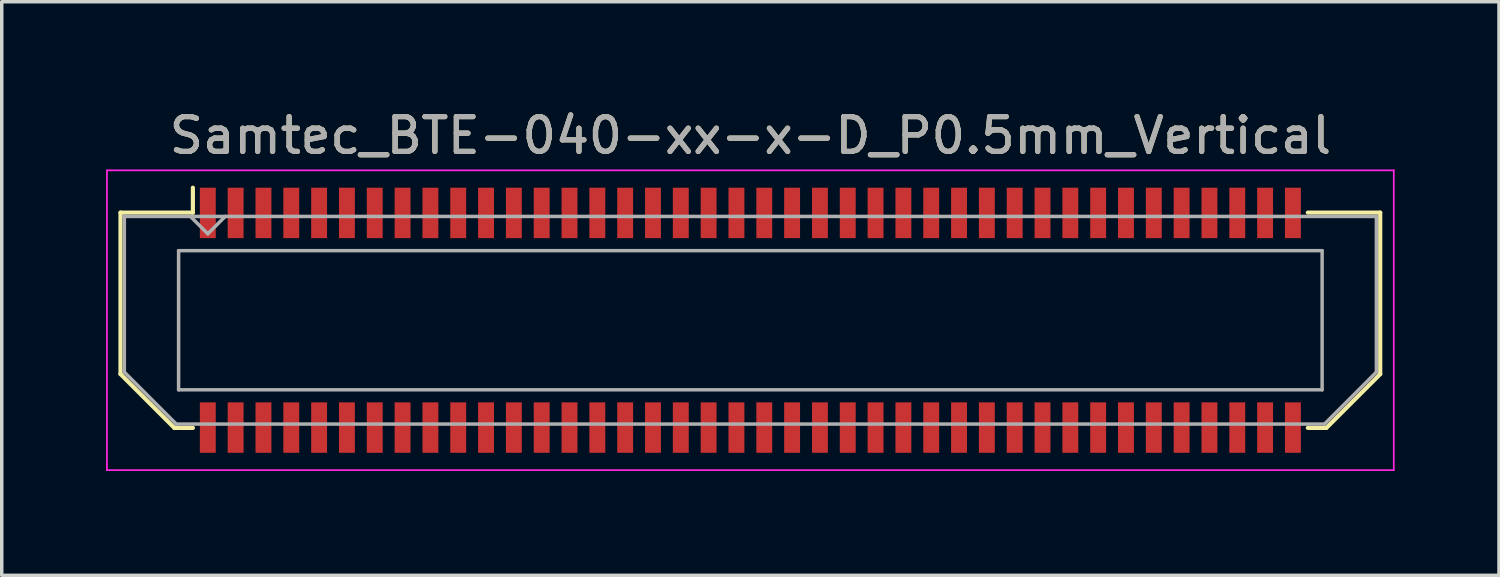
<source format=kicad_pcb>
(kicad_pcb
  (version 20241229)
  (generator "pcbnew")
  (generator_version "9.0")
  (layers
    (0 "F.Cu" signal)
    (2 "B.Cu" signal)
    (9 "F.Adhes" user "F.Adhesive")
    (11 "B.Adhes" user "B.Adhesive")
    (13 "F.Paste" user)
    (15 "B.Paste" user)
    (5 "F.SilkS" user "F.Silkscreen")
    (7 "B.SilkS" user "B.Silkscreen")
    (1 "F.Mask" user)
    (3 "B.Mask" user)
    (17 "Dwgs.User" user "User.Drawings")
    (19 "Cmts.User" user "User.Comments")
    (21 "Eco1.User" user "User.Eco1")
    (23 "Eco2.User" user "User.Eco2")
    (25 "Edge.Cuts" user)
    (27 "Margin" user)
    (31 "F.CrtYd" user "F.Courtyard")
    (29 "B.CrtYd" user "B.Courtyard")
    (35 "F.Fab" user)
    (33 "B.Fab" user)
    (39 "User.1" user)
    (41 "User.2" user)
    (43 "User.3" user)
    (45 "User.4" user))
  (footprint "Samtec_BTE-040-xx-x-D_P0.5mm_Vertical"
    (layer "F.Cu")
    (at 18.525 6.158)
    (property "Reference" "Samtec_BTE-040-xx-x-D_P0.5mm_Vertical" (at 0 -5.31 0) (layer "F.SilkS") (effects (font (size 1 1) (thickness 0.15))))
    (attr smd)
    (fp_line (start -18.11 -3.095) (end -18.11 1.548) (stroke (width 0.12) (type solid)) (layer "F.SilkS"))
    (fp_line (start -18.11 1.548) (end -16.562 3.095) (stroke (width 0.12) (type solid)) (layer "F.SilkS"))
    (fp_line (start -16.562 3.095) (end -16.029 3.095) (stroke (width 0.12) (type solid)) (layer "F.SilkS"))
    (fp_line (start -16.029 -3.811) (end -16.029 -3.095) (stroke (width 0.12) (type solid)) (layer "F.SilkS"))
    (fp_line (start -16.029 -3.095) (end -18.11 -3.095) (stroke (width 0.12) (type solid)) (layer "F.SilkS"))
    (fp_line (start 16.029 -3.095) (end 18.11 -3.095) (stroke (width 0.12) (type solid)) (layer "F.SilkS"))
    (fp_line (start 16.562 3.095) (end 16.029 3.095) (stroke (width 0.12) (type solid)) (layer "F.SilkS"))
    (fp_line (start 18.11 -3.095) (end 18.11 1.548) (stroke (width 0.12) (type solid)) (layer "F.SilkS"))
    (fp_line (start 18.11 1.548) (end 16.562 3.095) (stroke (width 0.12) (type solid)) (layer "F.SilkS"))
    (fp_line (start -18.5 -4.31) (end -18.5 4.31) (stroke (width 0.05) (type solid)) (layer "F.CrtYd"))
    (fp_line (start -18.5 4.31) (end 18.5 4.31) (stroke (width 0.05) (type solid)) (layer "F.CrtYd"))
    (fp_line (start 18.5 -4.31) (end -18.5 -4.31) (stroke (width 0.05) (type solid)) (layer "F.CrtYd"))
    (fp_line (start 18.5 4.31) (end 18.5 -4.31) (stroke (width 0.05) (type solid)) (layer "F.CrtYd"))
    (fp_line (start -18 -2.985) (end -18 1.492) (stroke (width 0.1) (type solid)) (layer "F.Fab"))
    (fp_line (start -18 -2.985) (end 18 -2.985) (stroke (width 0.1) (type solid)) (layer "F.Fab"))
    (fp_line (start -18 1.492) (end -16.508 2.985) (stroke (width 0.1) (type solid)) (layer "F.Fab"))
    (fp_line (start -16.508 2.985) (end 16.508 2.985) (stroke (width 0.1) (type solid)) (layer "F.Fab"))
    (fp_line (start -16.44 -2) (end -16.44 2) (stroke (width 0.1) (type solid)) (layer "F.Fab"))
    (fp_line (start -16.44 2) (end 16.44 2) (stroke (width 0.1) (type solid)) (layer "F.Fab"))
    (fp_line (start -15.6 -2.485) (end -16.1 -2.985) (stroke (width 0.1) (type solid)) (layer "F.Fab"))
    (fp_line (start -15.1 -2.985) (end -15.6 -2.485) (stroke (width 0.1) (type solid)) (layer "F.Fab"))
    (fp_line (start 16.44 -2) (end -16.44 -2) (stroke (width 0.1) (type solid)) (layer "F.Fab"))
    (fp_line (start 16.44 2) (end 16.44 -2) (stroke (width 0.1) (type solid)) (layer "F.Fab"))
    (fp_line (start 18 -2.985) (end 18 1.492) (stroke (width 0.1) (type solid)) (layer "F.Fab"))
    (fp_line (start 18 1.492) (end 16.508 2.985) (stroke (width 0.1) (type solid)) (layer "F.Fab"))
    (fp_text user "${REFERENCE}" (at 0 -5.31 0) (layer "F.Fab") (effects (font (size 1 1) (thickness 0.15))))
    (pad "1" smd rect (at -15.6 -3.086) (size 0.457 1.45) (layers "F.Cu" "F.Mask" "F.Paste"))
    (pad "2" smd rect (at -15.6 3.086) (size 0.457 1.45) (layers "F.Cu" "F.Mask" "F.Paste"))
    (pad "3" smd rect (at -14.8 -3.086) (size 0.457 1.45) (layers "F.Cu" "F.Mask" "F.Paste"))
    (pad "4" smd rect (at -14.8 3.086) (size 0.457 1.45) (layers "F.Cu" "F.Mask" "F.Paste"))
    (pad "5" smd rect (at -14 -3.086) (size 0.457 1.45) (layers "F.Cu" "F.Mask" "F.Paste"))
    (pad "6" smd rect (at -14 3.086) (size 0.457 1.45) (layers "F.Cu" "F.Mask" "F.Paste"))
    (pad "7" smd rect (at -13.2 -3.086) (size 0.457 1.45) (layers "F.Cu" "F.Mask" "F.Paste"))
    (pad "8" smd rect (at -13.2 3.086) (size 0.457 1.45) (layers "F.Cu" "F.Mask" "F.Paste"))
    (pad "9" smd rect (at -12.4 -3.086) (size 0.457 1.45) (layers "F.Cu" "F.Mask" "F.Paste"))
    (pad "10" smd rect (at -12.4 3.086) (size 0.457 1.45) (layers "F.Cu" "F.Mask" "F.Paste"))
    (pad "11" smd rect (at -11.6 -3.086) (size 0.457 1.45) (layers "F.Cu" "F.Mask" "F.Paste"))
    (pad "12" smd rect (at -11.6 3.086) (size 0.457 1.45) (layers "F.Cu" "F.Mask" "F.Paste"))
    (pad "13" smd rect (at -10.8 -3.086) (size 0.457 1.45) (layers "F.Cu" "F.Mask" "F.Paste"))
    (pad "14" smd rect (at -10.8 3.086) (size 0.457 1.45) (layers "F.Cu" "F.Mask" "F.Paste"))
    (pad "15" smd rect (at -10 -3.086) (size 0.457 1.45) (layers "F.Cu" "F.Mask" "F.Paste"))
    (pad "16" smd rect (at -10 3.086) (size 0.457 1.45) (layers "F.Cu" "F.Mask" "F.Paste"))
    (pad "17" smd rect (at -9.2 -3.086) (size 0.457 1.45) (layers "F.Cu" "F.Mask" "F.Paste"))
    (pad "18" smd rect (at -9.2 3.086) (size 0.457 1.45) (layers "F.Cu" "F.Mask" "F.Paste"))
    (pad "19" smd rect (at -8.4 -3.086) (size 0.457 1.45) (layers "F.Cu" "F.Mask" "F.Paste"))
    (pad "20" smd rect (at -8.4 3.086) (size 0.457 1.45) (layers "F.Cu" "F.Mask" "F.Paste"))
    (pad "21" smd rect (at -7.6 -3.086) (size 0.457 1.45) (layers "F.Cu" "F.Mask" "F.Paste"))
    (pad "22" smd rect (at -7.6 3.086) (size 0.457 1.45) (layers "F.Cu" "F.Mask" "F.Paste"))
    (pad "23" smd rect (at -6.8 -3.086) (size 0.457 1.45) (layers "F.Cu" "F.Mask" "F.Paste"))
    (pad "24" smd rect (at -6.8 3.086) (size 0.457 1.45) (layers "F.Cu" "F.Mask" "F.Paste"))
    (pad "25" smd rect (at -6 -3.086) (size 0.457 1.45) (layers "F.Cu" "F.Mask" "F.Paste"))
    (pad "26" smd rect (at -6 3.086) (size 0.457 1.45) (layers "F.Cu" "F.Mask" "F.Paste"))
    (pad "27" smd rect (at -5.2 -3.086) (size 0.457 1.45) (layers "F.Cu" "F.Mask" "F.Paste"))
    (pad "28" smd rect (at -5.2 3.086) (size 0.457 1.45) (layers "F.Cu" "F.Mask" "F.Paste"))
    (pad "29" smd rect (at -4.4 -3.086) (size 0.457 1.45) (layers "F.Cu" "F.Mask" "F.Paste"))
    (pad "30" smd rect (at -4.4 3.086) (size 0.457 1.45) (layers "F.Cu" "F.Mask" "F.Paste"))
    (pad "31" smd rect (at -3.6 -3.086) (size 0.457 1.45) (layers "F.Cu" "F.Mask" "F.Paste"))
    (pad "32" smd rect (at -3.6 3.086) (size 0.457 1.45) (layers "F.Cu" "F.Mask" "F.Paste"))
    (pad "33" smd rect (at -2.8 -3.086) (size 0.457 1.45) (layers "F.Cu" "F.Mask" "F.Paste"))
    (pad "34" smd rect (at -2.8 3.086) (size 0.457 1.45) (layers "F.Cu" "F.Mask" "F.Paste"))
    (pad "35" smd rect (at -2 -3.086) (size 0.457 1.45) (layers "F.Cu" "F.Mask" "F.Paste"))
    (pad "36" smd rect (at -2 3.086) (size 0.457 1.45) (layers "F.Cu" "F.Mask" "F.Paste"))
    (pad "37" smd rect (at -1.2 -3.086) (size 0.457 1.45) (layers "F.Cu" "F.Mask" "F.Paste"))
    (pad "38" smd rect (at -1.2 3.086) (size 0.457 1.45) (layers "F.Cu" "F.Mask" "F.Paste"))
    (pad "39" smd rect (at -0.4 -3.086) (size 0.457 1.45) (layers "F.Cu" "F.Mask" "F.Paste"))
    (pad "40" smd rect (at -0.4 3.086) (size 0.457 1.45) (layers "F.Cu" "F.Mask" "F.Paste"))
    (pad "41" smd rect (at 0.4 -3.086) (size 0.457 1.45) (layers "F.Cu" "F.Mask" "F.Paste"))
    (pad "42" smd rect (at 0.4 3.086) (size 0.457 1.45) (layers "F.Cu" "F.Mask" "F.Paste"))
    (pad "43" smd rect (at 1.2 -3.086) (size 0.457 1.45) (layers "F.Cu" "F.Mask" "F.Paste"))
    (pad "44" smd rect (at 1.2 3.086) (size 0.457 1.45) (layers "F.Cu" "F.Mask" "F.Paste"))
    (pad "45" smd rect (at 2 -3.086) (size 0.457 1.45) (layers "F.Cu" "F.Mask" "F.Paste"))
    (pad "46" smd rect (at 2 3.086) (size 0.457 1.45) (layers "F.Cu" "F.Mask" "F.Paste"))
    (pad "47" smd rect (at 2.8 -3.086) (size 0.457 1.45) (layers "F.Cu" "F.Mask" "F.Paste"))
    (pad "48" smd rect (at 2.8 3.086) (size 0.457 1.45) (layers "F.Cu" "F.Mask" "F.Paste"))
    (pad "49" smd rect (at 3.6 -3.086) (size 0.457 1.45) (layers "F.Cu" "F.Mask" "F.Paste"))
    (pad "50" smd rect (at 3.6 3.086) (size 0.457 1.45) (layers "F.Cu" "F.Mask" "F.Paste"))
    (pad "51" smd rect (at 4.4 -3.086) (size 0.457 1.45) (layers "F.Cu" "F.Mask" "F.Paste"))
    (pad "52" smd rect (at 4.4 3.086) (size 0.457 1.45) (layers "F.Cu" "F.Mask" "F.Paste"))
    (pad "53" smd rect (at 5.2 -3.086) (size 0.457 1.45) (layers "F.Cu" "F.Mask" "F.Paste"))
    (pad "54" smd rect (at 5.2 3.086) (size 0.457 1.45) (layers "F.Cu" "F.Mask" "F.Paste"))
    (pad "55" smd rect (at 6 -3.086) (size 0.457 1.45) (layers "F.Cu" "F.Mask" "F.Paste"))
    (pad "56" smd rect (at 6 3.086) (size 0.457 1.45) (layers "F.Cu" "F.Mask" "F.Paste"))
    (pad "57" smd rect (at 6.8 -3.086) (size 0.457 1.45) (layers "F.Cu" "F.Mask" "F.Paste"))
    (pad "58" smd rect (at 6.8 3.086) (size 0.457 1.45) (layers "F.Cu" "F.Mask" "F.Paste"))
    (pad "59" smd rect (at 7.6 -3.086) (size 0.457 1.45) (layers "F.Cu" "F.Mask" "F.Paste"))
    (pad "60" smd rect (at 7.6 3.086) (size 0.457 1.45) (layers "F.Cu" "F.Mask" "F.Paste"))
    (pad "61" smd rect (at 8.4 -3.086) (size 0.457 1.45) (layers "F.Cu" "F.Mask" "F.Paste"))
    (pad "62" smd rect (at 8.4 3.086) (size 0.457 1.45) (layers "F.Cu" "F.Mask" "F.Paste"))
    (pad "63" smd rect (at 9.2 -3.086) (size 0.457 1.45) (layers "F.Cu" "F.Mask" "F.Paste"))
    (pad "64" smd rect (at 9.2 3.086) (size 0.457 1.45) (layers "F.Cu" "F.Mask" "F.Paste"))
    (pad "65" smd rect (at 10 -3.086) (size 0.457 1.45) (layers "F.Cu" "F.Mask" "F.Paste"))
    (pad "66" smd rect (at 10 3.086) (size 0.457 1.45) (layers "F.Cu" "F.Mask" "F.Paste"))
    (pad "67" smd rect (at 10.8 -3.086) (size 0.457 1.45) (layers "F.Cu" "F.Mask" "F.Paste"))
    (pad "68" smd rect (at 10.8 3.086) (size 0.457 1.45) (layers "F.Cu" "F.Mask" "F.Paste"))
    (pad "69" smd rect (at 11.6 -3.086) (size 0.457 1.45) (layers "F.Cu" "F.Mask" "F.Paste"))
    (pad "70" smd rect (at 11.6 3.086) (size 0.457 1.45) (layers "F.Cu" "F.Mask" "F.Paste"))
    (pad "71" smd rect (at 12.4 -3.086) (size 0.457 1.45) (layers "F.Cu" "F.Mask" "F.Paste"))
    (pad "72" smd rect (at 12.4 3.086) (size 0.457 1.45) (layers "F.Cu" "F.Mask" "F.Paste"))
    (pad "73" smd rect (at 13.2 -3.086) (size 0.457 1.45) (layers "F.Cu" "F.Mask" "F.Paste"))
    (pad "74" smd rect (at 13.2 3.086) (size 0.457 1.45) (layers "F.Cu" "F.Mask" "F.Paste"))
    (pad "75" smd rect (at 14 -3.086) (size 0.457 1.45) (layers "F.Cu" "F.Mask" "F.Paste"))
    (pad "76" smd rect (at 14 3.086) (size 0.457 1.45) (layers "F.Cu" "F.Mask" "F.Paste"))
    (pad "77" smd rect (at 14.8 -3.086) (size 0.457 1.45) (layers "F.Cu" "F.Mask" "F.Paste"))
    (pad "78" smd rect (at 14.8 3.086) (size 0.457 1.45) (layers "F.Cu" "F.Mask" "F.Paste"))
    (pad "79" smd rect (at 15.6 -3.086) (size 0.457 1.45) (layers "F.Cu" "F.Mask" "F.Paste"))
    (pad "80" smd rect (at 15.6 3.086) (size 0.457 1.45) (layers "F.Cu" "F.Mask" "F.Paste")))
  (gr_rect
    (start -3 -3)
    (end 40.05 13.493)
    (stroke (width 0.1) (type default))
    (fill no)
    (layer "Edge.Cuts")))
</source>
